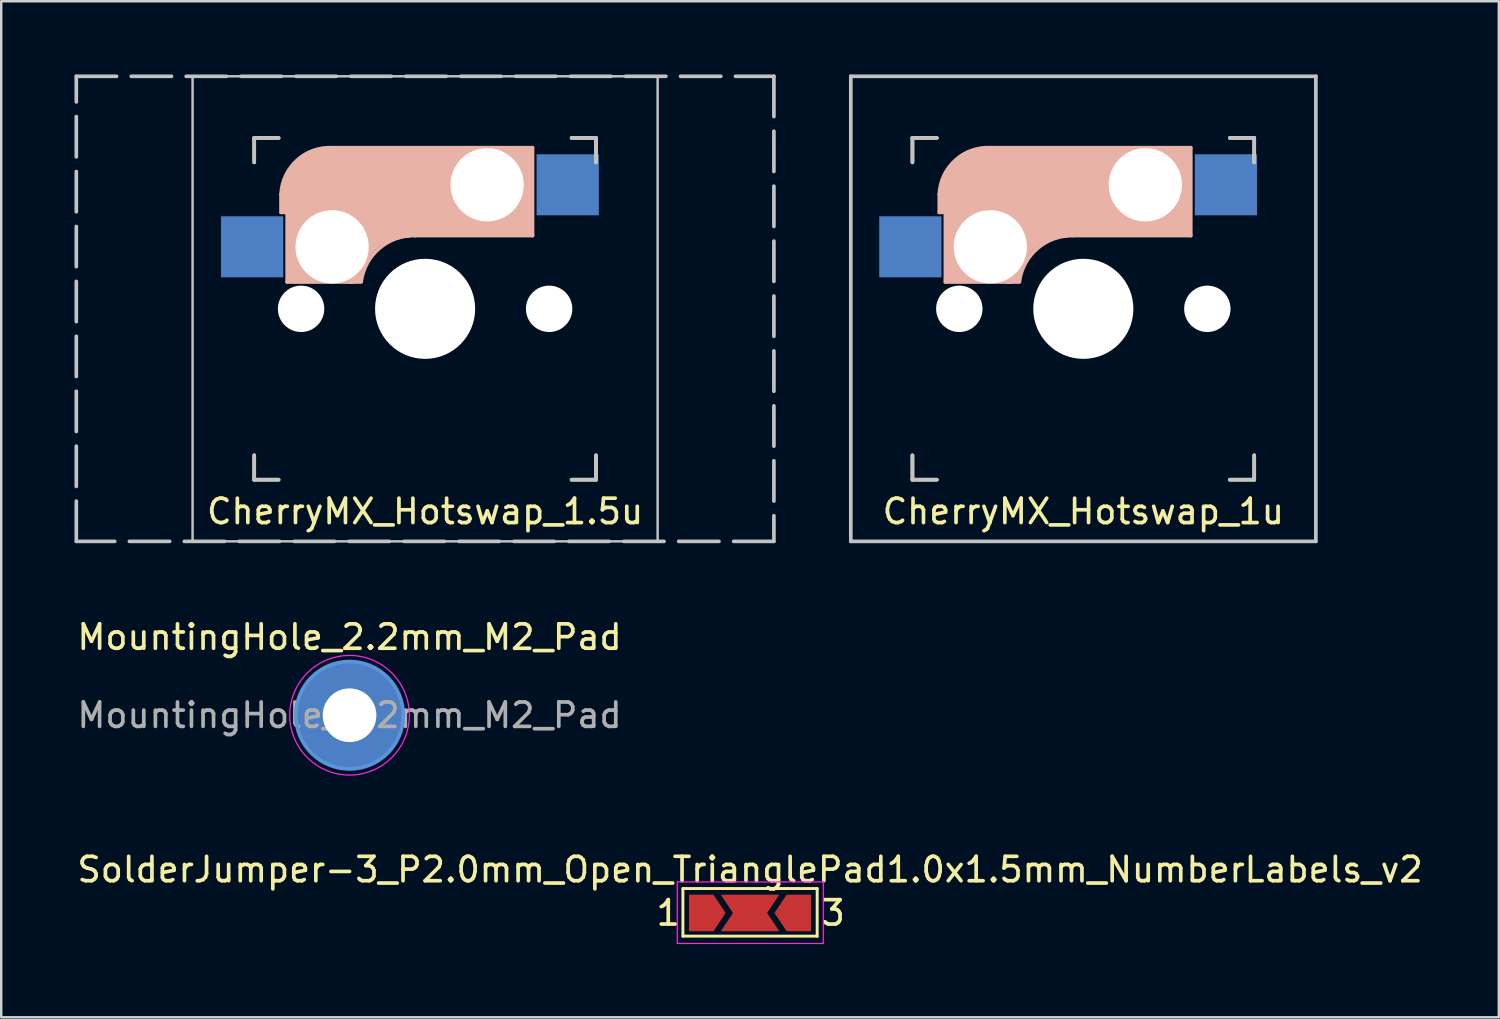
<source format=kicad_pcb>
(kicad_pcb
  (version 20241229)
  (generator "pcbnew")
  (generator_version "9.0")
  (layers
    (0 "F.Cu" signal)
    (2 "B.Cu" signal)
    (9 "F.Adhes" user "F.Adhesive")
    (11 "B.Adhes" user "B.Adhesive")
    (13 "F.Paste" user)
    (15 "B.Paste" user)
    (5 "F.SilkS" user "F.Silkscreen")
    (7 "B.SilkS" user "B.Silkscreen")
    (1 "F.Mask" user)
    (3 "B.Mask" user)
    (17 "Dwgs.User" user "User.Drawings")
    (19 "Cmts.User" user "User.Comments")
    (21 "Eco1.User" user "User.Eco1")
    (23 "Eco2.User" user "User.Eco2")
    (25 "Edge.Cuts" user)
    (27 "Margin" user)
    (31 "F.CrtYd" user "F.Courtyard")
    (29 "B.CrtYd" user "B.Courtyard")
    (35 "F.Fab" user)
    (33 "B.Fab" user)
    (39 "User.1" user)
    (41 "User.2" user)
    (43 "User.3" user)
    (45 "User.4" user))
  (footprint "CherryMX_Hotswap_1.5u"
    (layer "F.Cu")
    (at 14.363 9.6)
    (property "Reference" "CherryMX_Hotswap_1.5u" (at 0 8.3 0) (layer "F.SilkS") (effects (font (size 1 1) (thickness 0.15))))
    (attr through_hole)
    (fp_line (start -7 -7) (end -6 -7) (stroke (width 0.15) (type default)) (layer "F.SilkS"))
    (fp_line (start -7 -6) (end -7 -7) (stroke (width 0.15) (type default)) (layer "F.SilkS"))
    (fp_line (start -7 6) (end -7 7) (stroke (width 0.15) (type default)) (layer "F.SilkS"))
    (fp_line (start -7 7) (end -6 7) (stroke (width 0.15) (type default)) (layer "F.SilkS"))
    (fp_line (start 6 -7) (end 7 -7) (stroke (width 0.15) (type default)) (layer "F.SilkS"))
    (fp_line (start 7 -7) (end 7 -6) (stroke (width 0.15) (type default)) (layer "F.SilkS"))
    (fp_line (start 7 6) (end 7 7) (stroke (width 0.15) (type default)) (layer "F.SilkS"))
    (fp_line (start 7 7) (end 6 7) (stroke (width 0.15) (type default)) (layer "F.SilkS"))
    (fp_line (start -5.9 -4.7) (end -5.9 -3.95) (stroke (width 0.15) (type solid)) (layer "B.SilkS"))
    (fp_line (start -5.9 -3.95) (end -5.7 -3.95) (stroke (width 0.15) (type solid)) (layer "B.SilkS"))
    (fp_line (start -5.8 -4.05) (end -5.8 -4.7) (stroke (width 0.3) (type solid)) (layer "B.SilkS"))
    (fp_line (start -5.65 -5.55) (end -5.65 -1.1) (stroke (width 0.15) (type solid)) (layer "B.SilkS"))
    (fp_line (start -5.65 -1.1) (end -2.62 -1.1) (stroke (width 0.15) (type solid)) (layer "B.SilkS"))
    (fp_line (start -5.45 -1.3) (end -3 -1.3) (stroke (width 0.5) (type solid)) (layer "B.SilkS"))
    (fp_line (start -5.3 -1.6) (end -5.3 -3.4) (stroke (width 0.8) (type solid)) (layer "B.SilkS"))
    (fp_line (start -4.17 -5.1) (end -4.17 -2.86) (stroke (width 3) (type solid)) (layer "B.SilkS"))
    (fp_line (start -0.4 -3) (end 4.4 -3) (stroke (width 0.15) (type solid)) (layer "B.SilkS"))
    (fp_line (start 2.6 -4.8) (end -4.1 -4.8) (stroke (width 3.5) (type solid)) (layer "B.SilkS"))
    (fp_line (start 3.9 -6) (end 3.9 -3.5) (stroke (width 1) (type solid)) (layer "B.SilkS"))
    (fp_line (start 4.2 -3.25) (end 2.9 -3.3) (stroke (width 0.5) (type solid)) (layer "B.SilkS"))
    (fp_line (start 4.25 -6.4) (end 3 -6.4) (stroke (width 0.4) (type solid)) (layer "B.SilkS"))
    (fp_line (start 4.38 -4) (end 4.38 -6.25) (stroke (width 0.15) (type solid)) (layer "B.SilkS"))
    (fp_line (start 4.4 -6.6) (end -3.8 -6.6) (stroke (width 0.15) (type solid)) (layer "B.SilkS"))
    (fp_line (start 4.4 -3) (end 4.4 -6.6) (stroke (width 0.15) (type solid)) (layer "B.SilkS"))
    (fp_arc (start -5.9 -4.699999) (mid -5.243504 -6.084924) (end -3.800001 -6.6) (stroke (width 0.15) (type solid)) (layer "B.SilkS"))
    (fp_arc (start -3.016318 -1.521471) (mid -2.268709 -2.886118) (end -0.8 -3.4) (stroke (width 1) (type solid)) (layer "B.SilkS"))
    (fp_arc (start -2.616318 -1.121471) (mid -1.868709 -2.486118) (end -0.4 -3) (stroke (width 0.15) (type solid)) (layer "B.SilkS"))
    (fp_line (start -14.287 -9.525) (end 14.287 -9.525) (stroke (width 0.15) (type dash)) (layer "Dwgs.User"))
    (fp_line (start -14.287 9.525) (end -14.287 -9.525) (stroke (width 0.15) (type dash)) (layer "Dwgs.User"))
    (fp_line (start -7 -7) (end -6 -7) (stroke (width 0.15) (type solid)) (layer "Dwgs.User"))
    (fp_line (start -7 -6) (end -7 -7) (stroke (width 0.15) (type solid)) (layer "Dwgs.User"))
    (fp_line (start -7 6) (end -7 7) (stroke (width 0.15) (type solid)) (layer "Dwgs.User"))
    (fp_line (start -7 7) (end -6 7) (stroke (width 0.15) (type solid)) (layer "Dwgs.User"))
    (fp_line (start 6 7) (end 7 7) (stroke (width 0.15) (type solid)) (layer "Dwgs.User"))
    (fp_line (start 7 -7) (end 6 -7) (stroke (width 0.15) (type solid)) (layer "Dwgs.User"))
    (fp_line (start 7 -7) (end 7 -6) (stroke (width 0.15) (type solid)) (layer "Dwgs.User"))
    (fp_line (start 7 7) (end 7 6) (stroke (width 0.15) (type solid)) (layer "Dwgs.User"))
    (fp_line (start 14.287 -9.525) (end 14.287 9.525) (stroke (width 0.15) (type dash)) (layer "Dwgs.User"))
    (fp_line (start 14.287 9.525) (end -14.287 9.525) (stroke (width 0.15) (type dash)) (layer "Dwgs.User"))
    (fp_rect (start -9.525 -9.525) (end 9.525 9.525) (stroke (width 0.1) (type default)) (fill no) (layer "Dwgs.User"))
    (pad "" np_thru_hole circle (at -5.08 0) (size 1.9 1.9) (drill 1.9) (layers "*.Cu" "*.Mask"))
    (pad "" np_thru_hole circle (at -3.81 -2.54) (size 3 3) (drill 3) (layers "*.Cu" "*.Mask"))
    (pad "" np_thru_hole circle (at 0 0 90) (size 4.1 4.1) (drill 4.1) (layers "*.Cu" "*.Mask"))
    (pad "" np_thru_hole circle (at 2.54 -5.08) (size 3 3) (drill 3) (layers "*.Cu" "*.Mask"))
    (pad "" np_thru_hole circle (at 5.08 0) (size 1.9 1.9) (drill 1.9) (layers "*.Cu" "*.Mask"))
    (pad "1" smd rect (at -7.085 -2.54 180) (size 2.55 2.5) (layers "B.Cu" "B.Mask" "B.Paste"))
    (pad "2" smd rect (at 5.842 -5.08 180) (size 2.55 2.5) (layers "B.Cu" "B.Mask" "B.Paste")))
  (footprint "CherryMX_Hotswap_1u"
    (layer "F.Cu")
    (at 41.325 9.6)
    (property "Reference" "CherryMX_Hotswap_1u" (at 0 8.3 0) (layer "F.SilkS") (effects (font (size 1 1) (thickness 0.15))))
    (attr through_hole)
    (fp_line (start -7 -7) (end -6 -7) (stroke (width 0.15) (type default)) (layer "F.SilkS"))
    (fp_line (start -7 -6) (end -7 -7) (stroke (width 0.15) (type default)) (layer "F.SilkS"))
    (fp_line (start -7 6) (end -7 7) (stroke (width 0.15) (type default)) (layer "F.SilkS"))
    (fp_line (start -7 7) (end -6 7) (stroke (width 0.15) (type default)) (layer "F.SilkS"))
    (fp_line (start 6 -7) (end 7 -7) (stroke (width 0.15) (type default)) (layer "F.SilkS"))
    (fp_line (start 7 -7) (end 7 -6) (stroke (width 0.15) (type default)) (layer "F.SilkS"))
    (fp_line (start 7 6) (end 7 7) (stroke (width 0.15) (type default)) (layer "F.SilkS"))
    (fp_line (start 7 7) (end 6 7) (stroke (width 0.15) (type default)) (layer "F.SilkS"))
    (fp_line (start -5.9 -4.7) (end -5.9 -3.95) (stroke (width 0.15) (type solid)) (layer "B.SilkS"))
    (fp_line (start -5.9 -3.95) (end -5.7 -3.95) (stroke (width 0.15) (type solid)) (layer "B.SilkS"))
    (fp_line (start -5.8 -4.05) (end -5.8 -4.7) (stroke (width 0.3) (type solid)) (layer "B.SilkS"))
    (fp_line (start -5.65 -5.55) (end -5.65 -1.1) (stroke (width 0.15) (type solid)) (layer "B.SilkS"))
    (fp_line (start -5.65 -1.1) (end -2.62 -1.1) (stroke (width 0.15) (type solid)) (layer "B.SilkS"))
    (fp_line (start -5.45 -1.3) (end -3 -1.3) (stroke (width 0.5) (type solid)) (layer "B.SilkS"))
    (fp_line (start -5.3 -1.6) (end -5.3 -3.4) (stroke (width 0.8) (type solid)) (layer "B.SilkS"))
    (fp_line (start -4.17 -5.1) (end -4.17 -2.86) (stroke (width 3) (type solid)) (layer "B.SilkS"))
    (fp_line (start -0.4 -3) (end 4.4 -3) (stroke (width 0.15) (type solid)) (layer "B.SilkS"))
    (fp_line (start 2.6 -4.8) (end -4.1 -4.8) (stroke (width 3.5) (type solid)) (layer "B.SilkS"))
    (fp_line (start 3.9 -6) (end 3.9 -3.5) (stroke (width 1) (type solid)) (layer "B.SilkS"))
    (fp_line (start 4.2 -3.25) (end 2.9 -3.3) (stroke (width 0.5) (type solid)) (layer "B.SilkS"))
    (fp_line (start 4.25 -6.4) (end 3 -6.4) (stroke (width 0.4) (type solid)) (layer "B.SilkS"))
    (fp_line (start 4.38 -4) (end 4.38 -6.25) (stroke (width 0.15) (type solid)) (layer "B.SilkS"))
    (fp_line (start 4.4 -6.6) (end -3.8 -6.6) (stroke (width 0.15) (type solid)) (layer "B.SilkS"))
    (fp_line (start 4.4 -3) (end 4.4 -6.6) (stroke (width 0.15) (type solid)) (layer "B.SilkS"))
    (fp_arc (start -5.9 -4.699999) (mid -5.243504 -6.084924) (end -3.800001 -6.6) (stroke (width 0.15) (type solid)) (layer "B.SilkS"))
    (fp_arc (start -3.016318 -1.521471) (mid -2.268709 -2.886118) (end -0.8 -3.4) (stroke (width 1) (type solid)) (layer "B.SilkS"))
    (fp_arc (start -2.616318 -1.121471) (mid -1.868709 -2.486118) (end -0.4 -3) (stroke (width 0.15) (type solid)) (layer "B.SilkS"))
    (fp_line (start -9.525 -9.525) (end 9.525 -9.525) (stroke (width 0.15) (type solid)) (layer "Dwgs.User"))
    (fp_line (start -9.525 9.525) (end -9.525 -9.525) (stroke (width 0.15) (type solid)) (layer "Dwgs.User"))
    (fp_line (start -7 -7) (end -6 -7) (stroke (width 0.15) (type solid)) (layer "Dwgs.User"))
    (fp_line (start -7 -6) (end -7 -7) (stroke (width 0.15) (type solid)) (layer "Dwgs.User"))
    (fp_line (start -7 6) (end -7 7) (stroke (width 0.15) (type solid)) (layer "Dwgs.User"))
    (fp_line (start -7 7) (end -6 7) (stroke (width 0.15) (type solid)) (layer "Dwgs.User"))
    (fp_line (start 6 7) (end 7 7) (stroke (width 0.15) (type solid)) (layer "Dwgs.User"))
    (fp_line (start 7 -7) (end 6 -7) (stroke (width 0.15) (type solid)) (layer "Dwgs.User"))
    (fp_line (start 7 -7) (end 7 -6) (stroke (width 0.15) (type solid)) (layer "Dwgs.User"))
    (fp_line (start 7 7) (end 7 6) (stroke (width 0.15) (type solid)) (layer "Dwgs.User"))
    (fp_line (start 9.525 -9.525) (end 9.525 9.525) (stroke (width 0.15) (type solid)) (layer "Dwgs.User"))
    (fp_line (start 9.525 9.525) (end -9.525 9.525) (stroke (width 0.15) (type solid)) (layer "Dwgs.User"))
    (pad "" np_thru_hole circle (at -5.08 0) (size 1.9 1.9) (drill 1.9) (layers "*.Cu" "*.Mask"))
    (pad "" np_thru_hole circle (at -3.81 -2.54) (size 3 3) (drill 3) (layers "*.Cu" "*.Mask"))
    (pad "" np_thru_hole circle (at 0 0 90) (size 4.1 4.1) (drill 4.1) (layers "*.Cu" "*.Mask"))
    (pad "" np_thru_hole circle (at 2.54 -5.08) (size 3 3) (drill 3) (layers "*.Cu" "*.Mask"))
    (pad "" np_thru_hole circle (at 5.08 0) (size 1.9 1.9) (drill 1.9) (layers "*.Cu" "*.Mask"))
    (pad "1" smd rect (at -7.085 -2.54 180) (size 2.55 2.5) (layers "B.Cu" "B.Mask" "B.Paste"))
    (pad "2" smd rect (at 5.842 -5.08 180) (size 2.55 2.5) (layers "B.Cu" "B.Mask" "B.Paste")))
  (footprint "SolderJumper-3_P2.0mm_Open_TrianglePad1.0x1.5mm_NumberLabels_v2"
    (layer "F.Cu")
    (at 27.673 34.346)
    (property "Reference" "SolderJumper-3_P2.0mm_Open_TrianglePad1.0x1.5mm_NumberLabels_v2" (at 0 -1.775 0) (layer "F.SilkS") (effects (font (size 1 1) (thickness 0.15))))
    (attr exclude_from_pos_files exclude_from_bom)
    (fp_line (start -2.75 -1) (end 2.75 -1) (stroke (width 0.12) (type solid)) (layer "F.SilkS"))
    (fp_line (start -2.75 0.95) (end -2.75 -1) (stroke (width 0.12) (type solid)) (layer "F.SilkS"))
    (fp_line (start 2.75 -1) (end 2.75 0.95) (stroke (width 0.12) (type solid)) (layer "F.SilkS"))
    (fp_line (start 2.75 0.95) (end -2.75 0.95) (stroke (width 0.12) (type solid)) (layer "F.SilkS"))
    (fp_line (start -2.98 -1.27) (end -2.98 1.25) (stroke (width 0.05) (type solid)) (layer "F.CrtYd"))
    (fp_line (start -2.98 -1.27) (end 3 -1.27) (stroke (width 0.05) (type solid)) (layer "F.CrtYd"))
    (fp_line (start 3 1.25) (end -2.98 1.25) (stroke (width 0.05) (type solid)) (layer "F.CrtYd"))
    (fp_line (start 3 1.25) (end 3 -1.27) (stroke (width 0.05) (type solid)) (layer "F.CrtYd"))
    (fp_text user "1" (at -3.35 0 0) (layer "F.SilkS") (effects (font (size 1 1) (thickness 0.15))))
    (fp_text user "3" (at 3.4 0 0) (layer "F.SilkS") (effects (font (size 1 1) (thickness 0.15))))
    (pad "1" smd custom (at -2 0) (size 0.3 0.3) (layers "F.Cu" "F.Mask") (options (anchor rect)) (primitives (gr_poly (pts (xy 1 0) (xy 0.5 0.75) (xy -0.5 0.75) (xy -0.5 -0.75) (xy 0.5 -0.75)) (width 0) (fill yes))))
    (pad "2" smd custom (at 0 0) (size 0.3 0.3) (layers "F.Cu" "F.Mask") (options (anchor rect)) (primitives (gr_poly (pts (xy 0.7 0) (xy 1.2 0.75) (xy -1.2 0.75) (xy -0.7 0) (xy -1.2 -0.75) (xy 1.2 -0.75)) (width 0) (fill yes))))
    (pad "3" smd custom (at 2 0 180) (size 0.3 0.3) (layers "F.Cu" "F.Mask") (options (anchor rect)) (primitives (gr_poly (pts (xy 1 0) (xy 0.5 0.75) (xy -0.5 0.75) (xy -0.5 -0.75) (xy 0.5 -0.75)) (width 0) (fill yes)))))
  (footprint "MountingHole_2.2mm_M2_Pad"
    (layer "F.Cu")
    (at 11.268 26.248)
    (property "Reference" "MountingHole_2.2mm_M2_Pad" (at 0 -3.2 0) (layer "F.SilkS") (effects (font (size 1 1) (thickness 0.15))))
    (attr exclude_from_pos_files exclude_from_bom)
    (fp_circle (center 0 0) (end 2.2 0) (stroke (width 0.15) (type solid)) (fill no) (layer "Cmts.User"))
    (fp_circle (center 0 0) (end 2.45 0) (stroke (width 0.05) (type solid)) (fill no) (layer "F.CrtYd"))
    (fp_text user "${REFERENCE}" (at 0 0 0) (layer "F.Fab") (effects (font (size 1 1) (thickness 0.15))))
    (pad "1" thru_hole circle (at 0 0) (size 4.4 4.4) (drill 2.2) (layers "*.Cu" "*.Mask")))
  (gr_rect
    (start -3 -3)
    (end 58.345 38.621)
    (stroke (width 0.1) (type default))
    (fill no)
    (layer "Edge.Cuts")))
</source>
